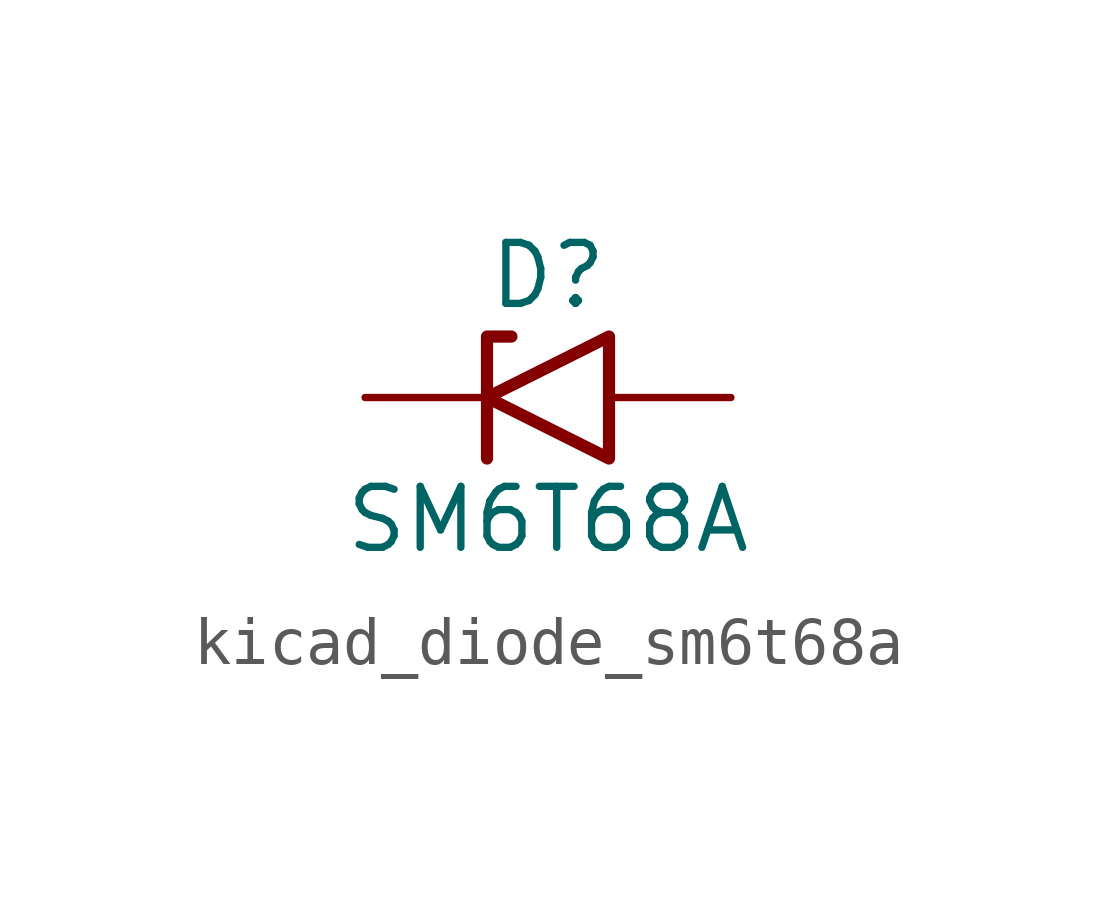
<source format=kicad_sym>
(kicad_symbol_lib
  (version 20220914)
  (generator kicad_symbol_editor)
  (symbol "kicad_diode_sm6t68a"
    (pin_numbers hide)
    (pin_names
      (offset 1.016) hide)
    (property "Reference" "D"
      (at 0 2.54 0)
      (effects (font (size 1.27 1.27))))
    (property "Value" "SM6T68A"
      (at 0 -2.54 0)
      (effects (font (size 1.27 1.27))))
    (symbol "kicad_diode_sm6t68a_0_1"
      (polyline (pts (xy -0.762 1.27) (xy -1.27 1.27) (xy -1.27 -1.27)) (stroke (width 0.254) (type default)) (fill (type none)))
      (polyline (pts (xy 1.27 1.27) (xy 1.27 -1.27) (xy -1.27 0) (xy 1.27 1.27)) (stroke (width 0.254) (type default)) (fill (type none))))
    (symbol "kicad_diode_sm6t68a_1_1"
      (pin passive line (at -3.81 0 0) (length 2.54) (name "A1" (effects (font (size 1.27 1.27)))) (number "1" (effects (font (size 1.27 1.27)))))
      (pin passive line (at 3.81 0 180) (length 2.54) (name "A2" (effects (font (size 1.27 1.27)))) (number "2" (effects (font (size 1.27 1.27))))))))
</source>
